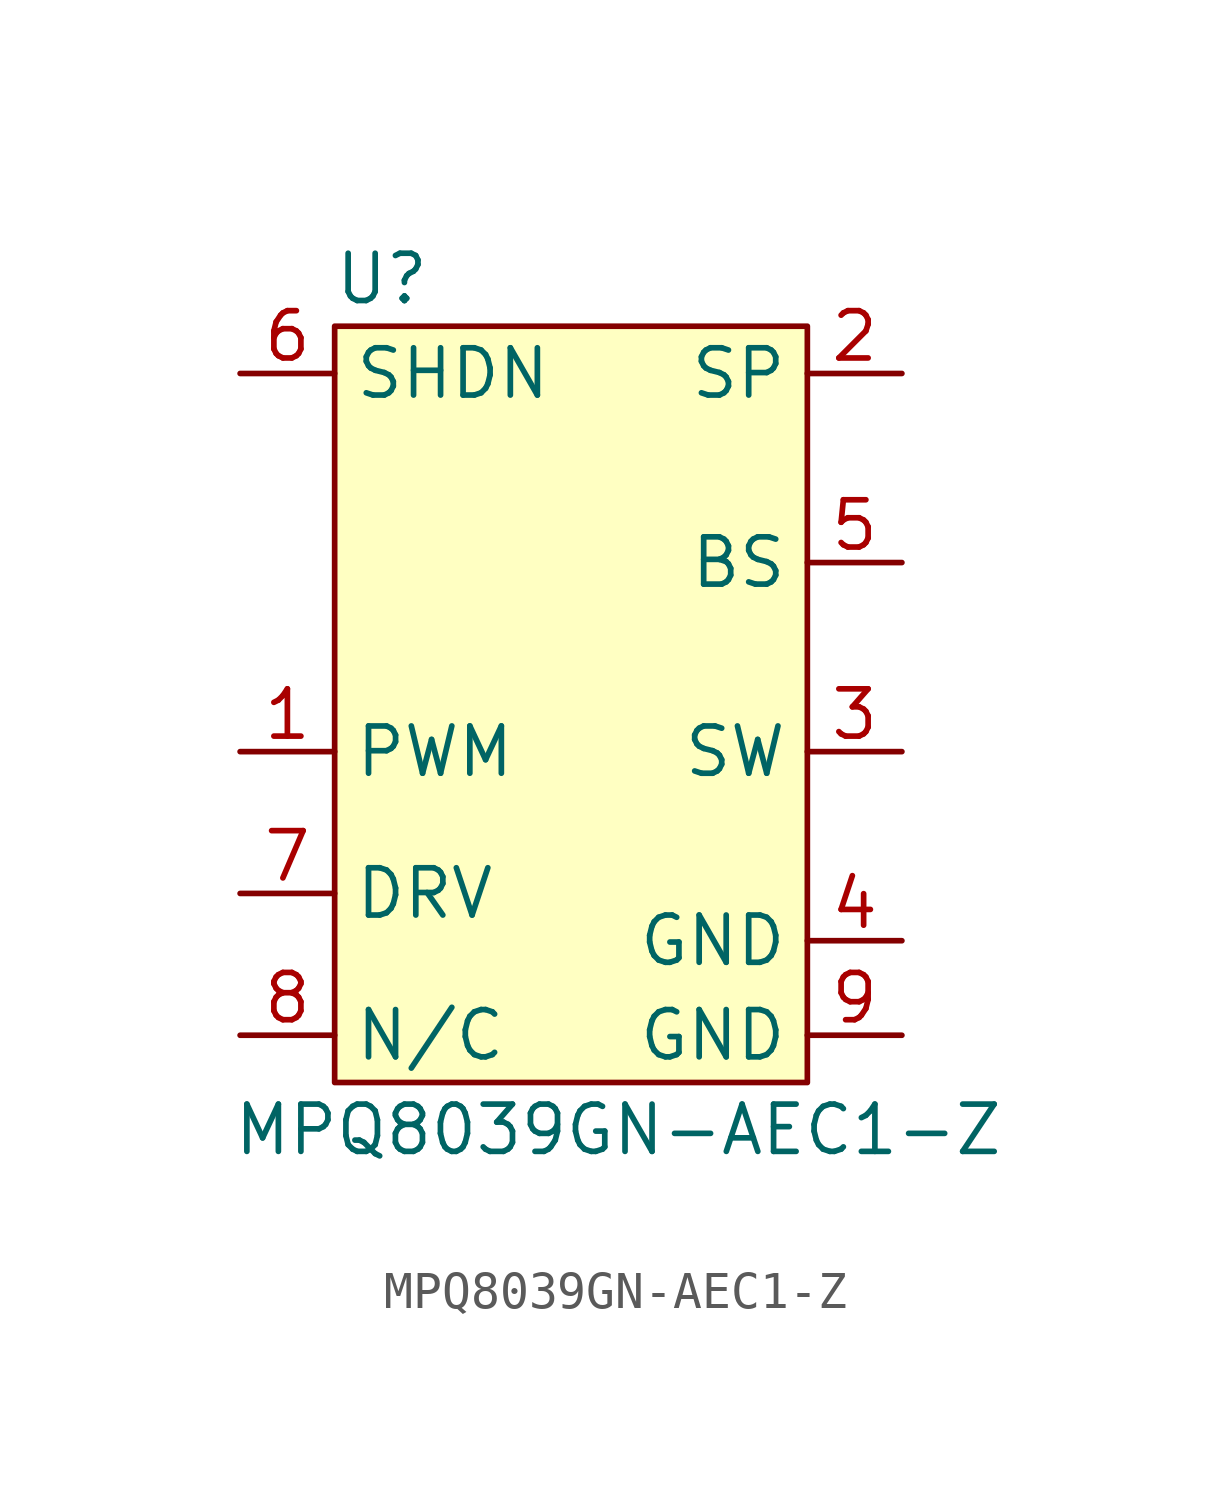
<source format=kicad_sym>
(kicad_symbol_lib
  (version 20211014)
  (generator kicad_symbol_editor)
  (symbol "MPQ8039GN-AEC1-Z"
    (property "Reference" "U"
      (at -6.35 10.16 0)
      (effects (font (size 1.27 1.27))))
    (property "Value" "MPQ8039GN-AEC1-Z"
      (at 0 -12.7 0)
      (effects (font (size 1.27 1.27))))
    (symbol "MPQ8039GN-AEC1-Z_0_0"
      (pin input line (at -10.16 -2.54 0) (length 2.54) (name "PWM" (effects (font (size 1.27 1.27)))) (number "1" (effects (font (size 1.27 1.27)))))
      (pin power_in line (at 7.62 7.62 180) (length 2.54) (name "SP" (effects (font (size 1.27 1.27)))) (number "2" (effects (font (size 1.27 1.27)))))
      (pin bidirectional line (at 7.62 -2.54 180) (length 2.54) (name "SW" (effects (font (size 1.27 1.27)))) (number "3" (effects (font (size 1.27 1.27)))))
      (pin passive line (at 7.62 -7.62 180) (length 2.54) (name "GND" (effects (font (size 1.27 1.27)))) (number "4" (effects (font (size 1.27 1.27)))))
      (pin input line (at 7.62 2.54 180) (length 2.54) (name "BS" (effects (font (size 1.27 1.27)))) (number "5" (effects (font (size 1.27 1.27)))))
      (pin input line (at -10.16 7.62 0) (length 2.54) (name "SHDN" (effects (font (size 1.27 1.27)))) (number "6" (effects (font (size 1.27 1.27)))))
      (pin input line (at -10.16 -6.35 0) (length 2.54) (name "DRV" (effects (font (size 1.27 1.27)))) (number "7" (effects (font (size 1.27 1.27)))))
      (pin unspecified line (at -10.16 -10.16 0) (length 2.54) (name "N/C" (effects (font (size 1.27 1.27)))) (number "8" (effects (font (size 1.27 1.27)))))
      (pin passive line (at 7.62 -10.16 180) (length 2.54) (name "GND" (effects (font (size 1.27 1.27)))) (number "9" (effects (font (size 1.27 1.27))))))
    (symbol "MPQ8039GN-AEC1-Z_0_1"
      (rectangle (start -7.62 8.89) (end 5.08 -11.43) (stroke (width 0) (type default) (color 0 0 0 0)) (fill (type background))))))
</source>
